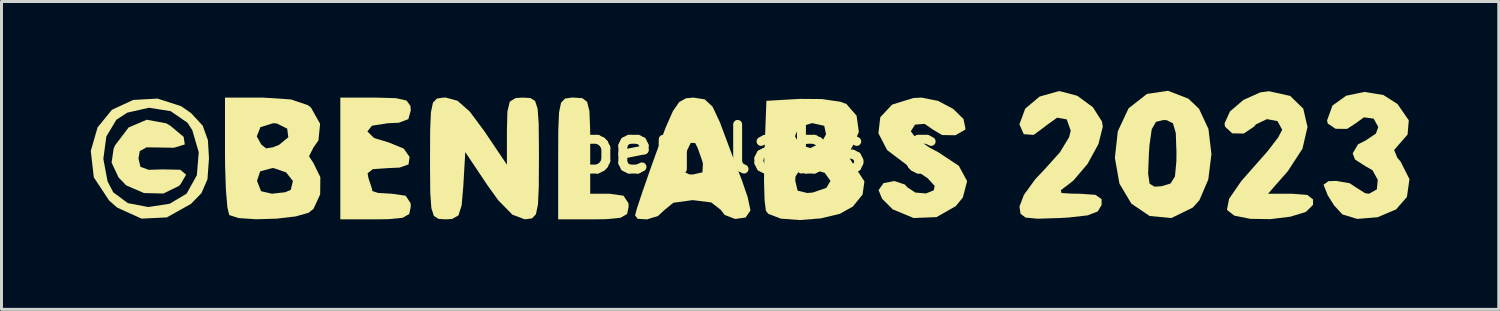
<source format=kicad_pcb>
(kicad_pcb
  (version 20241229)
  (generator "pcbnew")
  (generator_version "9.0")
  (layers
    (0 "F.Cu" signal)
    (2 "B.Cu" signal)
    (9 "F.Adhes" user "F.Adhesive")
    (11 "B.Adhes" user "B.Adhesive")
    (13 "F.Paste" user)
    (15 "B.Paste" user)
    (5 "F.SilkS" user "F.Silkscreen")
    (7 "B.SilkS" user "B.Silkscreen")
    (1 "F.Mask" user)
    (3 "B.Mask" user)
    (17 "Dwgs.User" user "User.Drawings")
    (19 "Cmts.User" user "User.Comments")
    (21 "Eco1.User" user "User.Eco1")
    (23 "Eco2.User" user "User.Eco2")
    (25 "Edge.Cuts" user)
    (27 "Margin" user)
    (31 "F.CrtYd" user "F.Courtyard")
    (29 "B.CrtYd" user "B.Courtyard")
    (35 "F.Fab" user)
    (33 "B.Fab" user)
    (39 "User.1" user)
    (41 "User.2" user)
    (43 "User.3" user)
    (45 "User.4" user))
  (footprint "ben labs c"
    (layer "F.Cu")
    (at 22.375 1.951)
    (property "Reference" "ben labs c" (at 0 0 0) (layer "F.SilkS") (effects (font (size 1.5 1.5) (thickness 0.3))))
    (attr board_only exclude_from_pos_files exclude_from_bom)
    (fp_poly (pts (xy -5.861 -1.702) (xy -5.701 -1.581) (xy -5.623 -1.269) (xy -5.599 -0.675) (xy -5.597 -0.108) (xy -5.597 1.507) (xy -4.951 1.507) (xy -4.478 1.574) (xy -4.312 1.826) (xy -4.305 1.937) (xy -4.356 2.186) (xy -4.579 2.316) (xy -5.074 2.363) (xy -5.489 2.368) (xy -6.673 2.368) (xy -6.673 0.323) (xy -6.669 -0.624) (xy -6.644 -1.222) (xy -6.576 -1.55) (xy -6.443 -1.69) (xy -6.226 -1.722) (xy -6.135 -1.722)) (stroke (width 0) (type solid)) (fill yes) (layer "F.SilkS"))
    (fp_poly (pts (xy -19.842 -0.858) (xy -19.705 -0.779) (xy -19.255 -0.403) (xy -19.217 -0.148) (xy -19.582 -0.037) (xy -19.965 -0.044) (xy -20.5 -0.051) (xy -20.73 0.077) (xy -20.772 0.323) (xy -20.707 0.603) (xy -20.432 0.704) (xy -19.965 0.69) (xy -19.37 0.702) (xy -19.172 0.867) (xy -19.363 1.194) (xy -19.416 1.248) (xy -19.938 1.501) (xy -20.589 1.485) (xy -21.186 1.226) (xy -21.443 0.96) (xy -21.676 0.461) (xy -21.608 -0.005) (xy -21.559 -0.12) (xy -21.103 -0.72) (xy -20.496 -0.978)) (stroke (width 0) (type solid)) (fill yes) (layer "F.SilkS"))
    (fp_poly (pts (xy 17.92 -1.778) (xy 18.359 -1.351) (xy 18.502 -0.735) (xy 18.332 -0.005) (xy 17.844 0.746) (xy 17.176 1.507) (xy 17.967 1.507) (xy 18.493 1.547) (xy 18.689 1.7) (xy 18.687 1.883) (xy 18.446 2.119) (xy 17.921 2.28) (xy 17.252 2.361) (xy 16.579 2.351) (xy 16.044 2.244) (xy 15.794 2.05) (xy 15.868 1.676) (xy 16.278 1.081) (xy 16.657 0.65) (xy 17.161 0.08) (xy 17.518 -0.386) (xy 17.651 -0.643) (xy 17.492 -0.933) (xy 17.137 -0.999) (xy 16.77 -0.823) (xy 16.703 -0.745) (xy 16.359 -0.514) (xy 15.973 -0.521) (xy 15.731 -0.746) (xy 15.714 -0.854) (xy 15.898 -1.259) (xy 16.349 -1.644) (xy 16.911 -1.896) (xy 17.205 -1.937)) (stroke (width 0) (type solid)) (fill yes) (layer "F.SilkS"))
    (fp_poly (pts (xy -12.123 -1.703) (xy -11.767 -1.623) (xy -11.636 -1.443) (xy -11.624 -1.292) (xy -11.706 -0.998) (xy -12.028 -0.877) (xy -12.395 -0.861) (xy -12.929 -0.778) (xy -13.082 -0.585) (xy -12.859 -0.364) (xy -12.362 -0.214) (xy -11.864 -0.01) (xy -11.664 0.271) (xy -11.7 0.523) (xy -12.003 0.63) (xy -12.384 0.646) (xy -12.901 0.682) (xy -13.076 0.82) (xy -13.046 0.986) (xy -12.932 1.329) (xy -12.915 1.417) (xy -12.728 1.48) (xy -12.276 1.507) (xy -12.269 1.507) (xy -11.797 1.574) (xy -11.63 1.826) (xy -11.624 1.937) (xy -11.675 2.186) (xy -11.897 2.316) (xy -12.392 2.363) (xy -12.808 2.368) (xy -13.992 2.368) (xy -13.992 0.323) (xy -13.992 -1.722) (xy -12.808 -1.722)) (stroke (width 0) (type solid)) (fill yes) (layer "F.SilkS"))
    (fp_poly (pts (xy 14.502 -1.685) (xy 14.858 -1.345) (xy 15.174 -0.668) (xy 15.274 0.176) (xy 15.169 1.027) (xy 14.869 1.727) (xy 14.647 1.973) (xy 13.926 2.325) (xy 13.196 2.255) (xy 12.583 1.839) (xy 12.183 1.167) (xy 12.125 0.839) (xy 13.147 0.839) (xy 13.197 1.17) (xy 13.361 1.272) (xy 13.603 1.254) (xy 13.9 1.164) (xy 14.048 0.926) (xy 14.096 0.423) (xy 14.099 0.108) (xy 14.076 -0.538) (xy 13.98 -0.86) (xy 13.768 -0.964) (xy 13.669 -0.969) (xy 13.412 -0.908) (xy 13.268 -0.658) (xy 13.192 -0.118) (xy 13.172 0.178) (xy 13.147 0.839) (xy 12.125 0.839) (xy 12.03 0.302) (xy 12.129 -0.591) (xy 12.484 -1.349) (xy 12.5 -1.37) (xy 13.109 -1.846) (xy 13.816 -1.951)) (stroke (width 0) (type solid)) (fill yes) (layer "F.SilkS"))
    (fp_poly (pts (xy -19.339 -1.433) (xy -19.008 -1.203) (xy -18.616 -0.781) (xy -18.44 -0.293) (xy -18.404 0.323) (xy -18.455 1.02) (xy -18.657 1.487) (xy -19.008 1.848) (xy -19.821 2.303) (xy -20.671 2.344) (xy -21.483 1.977) (xy -21.757 1.739) (xy -22.274 0.956) (xy -22.345 0.334) (xy -21.953 0.334) (xy -21.811 1.094) (xy -21.621 1.459) (xy -21.13 1.824) (xy -20.442 1.954) (xy -19.725 1.844) (xy -19.158 1.507) (xy -18.812 0.887) (xy -18.748 0.115) (xy -18.966 -0.632) (xy -19.13 -0.88) (xy -19.693 -1.267) (xy -20.423 -1.381) (xy -21.15 -1.216) (xy -21.515 -0.978) (xy -21.852 -0.416) (xy -21.953 0.334) (xy -22.345 0.334) (xy -22.375 0.068) (xy -22.147 -0.72) (xy -21.664 -1.313) (xy -20.951 -1.643) (xy -20.134 -1.689)) (stroke (width 0) (type solid)) (fill yes) (layer "F.SilkS"))
    (fp_poly (pts (xy 6.086 -1.613) (xy 6.596 -1.344) (xy 6.944 -1.003) (xy 7.011 -0.677) (xy 6.991 -0.638) (xy 6.671 -0.457) (xy 6.225 -0.464) (xy 5.919 -0.646) (xy 5.638 -0.84) (xy 5.318 -0.815) (xy 5.174 -0.592) (xy 5.357 -0.347) (xy 5.813 -0.036) (xy 6.089 0.108) (xy 6.786 0.569) (xy 7.066 1.083) (xy 6.923 1.634) (xy 6.686 1.924) (xy 6.038 2.293) (xy 5.269 2.324) (xy 4.568 2.033) (xy 4.21 1.677) (xy 4.09 1.387) (xy 4.258 1.151) (xy 4.622 1.081) (xy 4.974 1.198) (xy 5.058 1.292) (xy 5.324 1.468) (xy 5.684 1.498) (xy 5.947 1.391) (xy 5.975 1.244) (xy 5.743 0.99) (xy 5.264 0.666) (xy 5.043 0.544) (xy 4.378 0.04) (xy 4.086 -0.525) (xy 4.149 -1.063) (xy 4.546 -1.487) (xy 5.259 -1.708) (xy 5.53 -1.722)) (stroke (width 0) (type solid)) (fill yes) (layer "F.SilkS"))
    (fp_poly (pts (xy 10.769 -1.782) (xy 11.289 -1.401) (xy 11.595 -0.922) (xy 11.624 -0.743) (xy 11.476 -0.157) (xy 11.11 0.509) (xy 10.639 1.061) (xy 10.501 1.171) (xy 10.214 1.389) (xy 10.238 1.484) (xy 10.623 1.506) (xy 10.838 1.507) (xy 11.375 1.544) (xy 11.583 1.689) (xy 11.584 1.883) (xy 11.456 2.102) (xy 11.116 2.234) (xy 10.47 2.307) (xy 10.169 2.324) (xy 9.434 2.347) (xy 9.03 2.309) (xy 8.86 2.18) (xy 8.825 1.939) (xy 8.974 1.545) (xy 9.357 1.018) (xy 9.686 0.67) (xy 10.184 0.115) (xy 10.492 -0.392) (xy 10.547 -0.612) (xy 10.413 -0.99) (xy 10.09 -1.047) (xy 9.696 -0.765) (xy 9.686 -0.753) (xy 9.302 -0.469) (xy 8.97 -0.493) (xy 8.826 -0.816) (xy 8.825 -0.828) (xy 9.017 -1.35) (xy 9.501 -1.757) (xy 10.136 -1.936) (xy 10.188 -1.937)) (stroke (width 0) (type solid)) (fill yes) (layer "F.SilkS"))
    (fp_poly (pts (xy -7.607 -1.708) (xy -7.45 -1.611) (xy -7.364 -1.352) (xy -7.327 -0.85) (xy -7.319 -0.023) (xy -7.319 0.323) (xy -7.324 1.271) (xy -7.351 1.868) (xy -7.42 2.196) (xy -7.55 2.335) (xy -7.76 2.364) (xy -7.803 2.364) (xy -8.211 2.211) (xy -8.686 1.727) (xy -9.041 1.234) (xy -9.794 0.108) (xy -9.859 1.238) (xy -9.915 1.898) (xy -10.022 2.235) (xy -10.236 2.355) (xy -10.451 2.368) (xy -10.695 2.352) (xy -10.849 2.252) (xy -10.934 1.987) (xy -10.97 1.475) (xy -10.978 0.638) (xy -10.978 0.323) (xy -10.974 -0.624) (xy -10.949 -1.222) (xy -10.88 -1.55) (xy -10.748 -1.69) (xy -10.532 -1.722) (xy -10.446 -1.722) (xy -10.055 -1.616) (xy -9.643 -1.252) (xy -9.154 -0.595) (xy -8.395 0.532) (xy -8.395 -0.595) (xy -8.379 -1.252) (xy -8.298 -1.587) (xy -8.1 -1.708) (xy -7.857 -1.722)) (stroke (width 0) (type solid)) (fill yes) (layer "F.SilkS"))
    (fp_poly (pts (xy 21.05 -1.809) (xy 21.525 -1.507) (xy 21.904 -0.959) (xy 21.864 -0.482) (xy 21.628 -0.211) (xy 21.412 0.039) (xy 21.518 0.298) (xy 21.628 0.425) (xy 21.927 1.018) (xy 21.841 1.617) (xy 21.478 2.033) (xy 20.857 2.297) (xy 20.173 2.353) (xy 19.674 2.203) (xy 19.395 1.9) (xy 19.182 1.561) (xy 19.04 1.206) (xy 19.204 1.086) (xy 19.46 1.076) (xy 19.919 1.155) (xy 20.126 1.292) (xy 20.438 1.49) (xy 20.569 1.507) (xy 20.831 1.361) (xy 20.862 1.041) (xy 20.685 0.718) (xy 20.449 0.583) (xy 20.099 0.359) (xy 20.019 0.153) (xy 20.199 -0.153) (xy 20.449 -0.278) (xy 20.799 -0.513) (xy 20.88 -0.733) (xy 20.724 -1.015) (xy 20.398 -1.06) (xy 20.126 -0.861) (xy 19.831 -0.671) (xy 19.447 -0.674) (xy 19.183 -0.849) (xy 19.158 -0.953) (xy 19.34 -1.455) (xy 19.8 -1.785) (xy 20.413 -1.913)) (stroke (width 0) (type solid)) (fill yes) (layer "F.SilkS"))
    (fp_poly (pts (xy -1.75 -1.663) (xy -1.485 -1.416) (xy -1.234 -0.88) (xy -1.167 -0.7) (xy -0.877 0.077) (xy -0.592 0.822) (xy -0.503 1.049) (xy -0.309 1.615) (xy -0.217 2.039) (xy -0.215 2.071) (xy -0.376 2.307) (xy -0.728 2.355) (xy -1.08 2.22) (xy -1.214 2.045) (xy -1.531 1.8) (xy -2.153 1.722) (xy -2.804 1.811) (xy -3.091 2.045) (xy -3.321 2.256) (xy -3.689 2.369) (xy -4.004 2.349) (xy -4.09 2.232) (xy -4.021 1.983) (xy -3.836 1.427) (xy -3.598 0.744) (xy -2.507 0.744) (xy -2.261 0.858) (xy -2.153 0.861) (xy -1.826 0.789) (xy -1.81 0.492) (xy -1.842 0.377) (xy -1.989 -0.037) (xy -2.072 -0.197) (xy -2.22 -0.201) (xy -2.39 0.154) (xy -2.463 0.377) (xy -2.507 0.744) (xy -3.598 0.744) (xy -3.568 0.659) (xy -3.399 0.187) (xy -3.066 -0.706) (xy -2.818 -1.268) (xy -2.606 -1.574) (xy -2.377 -1.7) (xy -2.125 -1.722)) (stroke (width 0) (type solid)) (fill yes) (layer "F.SilkS"))
    (fp_poly (pts (xy -15.649 -1.66) (xy -15.08 -1.467) (xy -14.976 -1.384) (xy -14.671 -0.842) (xy -14.727 -0.284) (xy -14.896 -0.043) (xy -15.043 0.25) (xy -14.896 0.474) (xy -14.663 0.951) (xy -14.669 1.532) (xy -14.893 2.016) (xy -15.054 2.145) (xy -15.489 2.27) (xy -16.133 2.345) (xy -16.826 2.365) (xy -17.41 2.325) (xy -17.723 2.224) (xy -17.787 1.958) (xy -17.836 1.368) (xy -17.846 1.076) (xy -16.79 1.076) (xy -16.654 1.422) (xy -16.288 1.507) (xy -15.842 1.457) (xy -15.657 1.378) (xy -15.585 1.079) (xy -15.813 0.791) (xy -16.228 0.647) (xy -16.275 0.646) (xy -16.685 0.756) (xy -16.79 1.076) (xy -17.846 1.076) (xy -17.863 0.561) (xy -17.866 0.179) (xy -17.866 -0.418) (xy -16.798 -0.418) (xy -16.646 -0.144) (xy -16.485 -0.017) (xy -16.266 -0.051) (xy -16.054 -0.131) (xy -15.739 -0.389) (xy -15.776 -0.679) (xy -16.126 -0.853) (xy -16.252 -0.861) (xy -16.676 -0.729) (xy -16.798 -0.418) (xy -17.866 -0.418) (xy -17.866 -1.722) (xy -16.59 -1.722)) (stroke (width 0) (type solid)) (fill yes) (layer "F.SilkS"))
    (fp_poly (pts (xy 2.181 -1.673) (xy 2.794 -1.585) (xy 3.007 -1.51) (xy 3.353 -1.114) (xy 3.429 -0.566) (xy 3.21 -0.068) (xy 3.191 -0.048) (xy 3.068 0.232) (xy 3.288 0.592) (xy 3.298 0.604) (xy 3.616 1.094) (xy 3.554 1.535) (xy 3.229 1.937) (xy 2.791 2.182) (xy 2.149 2.336) (xy 1.44 2.392) (xy 0.806 2.344) (xy 0.386 2.184) (xy 0.306 2.08) (xy 0.262 1.738) (xy 0.243 1.092) (xy 0.243 1.076) (xy 1.292 1.076) (xy 1.372 1.404) (xy 1.695 1.483) (xy 1.883 1.467) (xy 2.338 1.31) (xy 2.475 1.076) (xy 2.283 0.806) (xy 1.883 0.685) (xy 1.449 0.698) (xy 1.299 0.931) (xy 1.292 1.076) (xy 0.243 1.076) (xy 0.253 0.27) (xy 0.259 0.089) (xy 0.278 -0.423) (xy 1.283 -0.423) (xy 1.442 -0.136) (xy 1.798 -0.027) (xy 2.166 -0.202) (xy 2.327 -0.487) (xy 2.266 -0.774) (xy 1.875 -0.861) (xy 1.845 -0.861) (xy 1.41 -0.731) (xy 1.283 -0.423) (xy 0.278 -0.423) (xy 0.323 -1.614) (xy 1.447 -1.679)) (stroke (width 0) (type solid)) (fill yes) (layer "F.SilkS")))
  (gr_rect
    (start -3 -3)
    (end 47.302 7.343)
    (stroke (width 0.1) (type default))
    (fill no)
    (layer "Edge.Cuts")))
</source>
